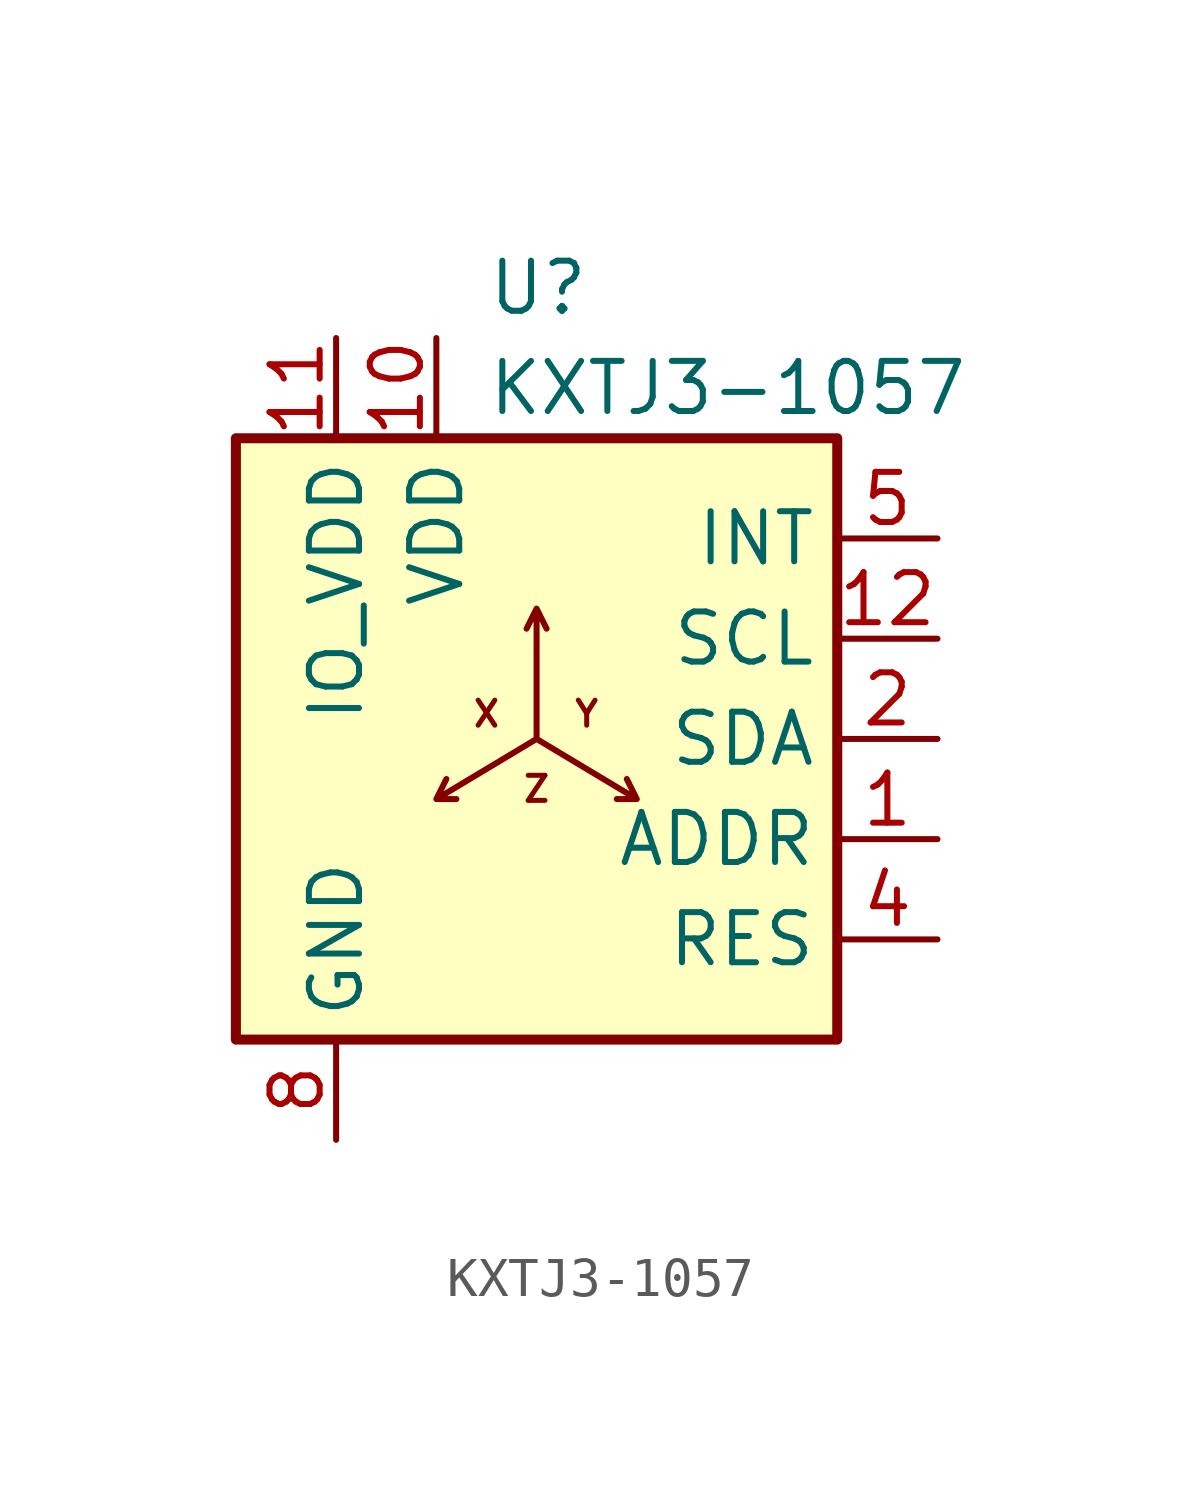
<source format=kicad_sym>
(kicad_symbol_lib
  (version 20201005)
  (generator kicad_symbol_editor)
  (symbol "Sensor_Motion:KXTJ3-1057"
    (property "Reference" "U"
      (at -1.27 11.43 0)
      (effects (font (size 1.27 1.27)) (justify left)))
    (property "Value" "KXTJ3-1057"
      (at -1.27 8.89 0)
      (effects (font (size 1.27 1.27)) (justify left)))
    (symbol "KXTJ3-1057_0_0"
      (text "X" (at -1.27 0.635 0) (effects (font (size 0.635 0.635) bold)))
      (text "Y" (at 1.27 0.635 0) (effects (font (size 0.635 0.635) bold)))
      (text "Z" (at 0 -1.27 0) (effects (font (size 0.635 0.635) bold))))
    (symbol "KXTJ3-1057_0_1"
      (rectangle (start -7.62 7.62) (end 7.62 -7.62) (stroke (width 0.254)) (fill (type background)))
      (polyline (pts (xy 0 0) (xy 0 3.302) (xy 0.254 2.794) (xy 0 3.302) (xy -0.254 2.794) (xy 0 3.302) (xy 0 0) (xy 2.54 -1.524) (xy 2.286 -1.016) (xy 2.54 -1.524) (xy 2.032 -1.524) (xy 2.54 -1.524) (xy 0 0) (xy -2.54 -1.524) (xy -2.286 -1.016) (xy -2.54 -1.524) (xy -2.032 -1.524)) (stroke (width 0)) (fill (type none))))
    (symbol "KXTJ3-1057_1_1"
      (pin input line (at 10.16 -2.54 180) (length 2.54) (name "ADDR" (effects (font (size 1.27 1.27)))) (number "1" (effects (font (size 1.27 1.27)))))
      (pin power_in line (at -2.54 10.16 270) (length 2.54) (name "VDD" (effects (font (size 1.27 1.27)))) (number "10" (effects (font (size 1.27 1.27)))))
      (pin power_in line (at -5.08 10.16 270) (length 2.54) (name "IO_VDD" (effects (font (size 1.27 1.27)))) (number "11" (effects (font (size 1.27 1.27)))))
      (pin input line (at 10.16 2.54 180) (length 2.54) (name "SCL" (effects (font (size 1.27 1.27)))) (number "12" (effects (font (size 1.27 1.27)))))
      (pin bidirectional line (at 10.16 0 180) (length 2.54) (name "SDA" (effects (font (size 1.27 1.27)))) (number "2" (effects (font (size 1.27 1.27)))))
      (pin passive line (at -5.08 10.16 270) (length 2.54) hide (name "IO_VDD" (effects (font (size 1.27 1.27)))) (number "3" (effects (font (size 1.27 1.27)))))
      (pin passive line (at 10.16 -5.08 180) (length 2.54) (name "RES" (effects (font (size 1.27 1.27)))) (number "4" (effects (font (size 1.27 1.27)))))
      (pin output line (at 10.16 5.08 180) (length 2.54) (name "INT" (effects (font (size 1.27 1.27)))) (number "5" (effects (font (size 1.27 1.27)))))
      (pin passive line (at -5.08 -10.16 90) (length 2.54) hide (name "GND" (effects (font (size 1.27 1.27)))) (number "6" (effects (font (size 1.27 1.27)))))
      (pin passive line (at -2.54 10.16 270) (length 2.54) hide (name "VDD" (effects (font (size 1.27 1.27)))) (number "7" (effects (font (size 1.27 1.27)))))
      (pin power_in line (at -5.08 -10.16 90) (length 2.54) (name "GND" (effects (font (size 1.27 1.27)))) (number "8" (effects (font (size 1.27 1.27)))))
      (pin passive line (at -5.08 -10.16 90) (length 2.54) hide (name "GND" (effects (font (size 1.27 1.27)))) (number "9" (effects (font (size 1.27 1.27))))))))
</source>
